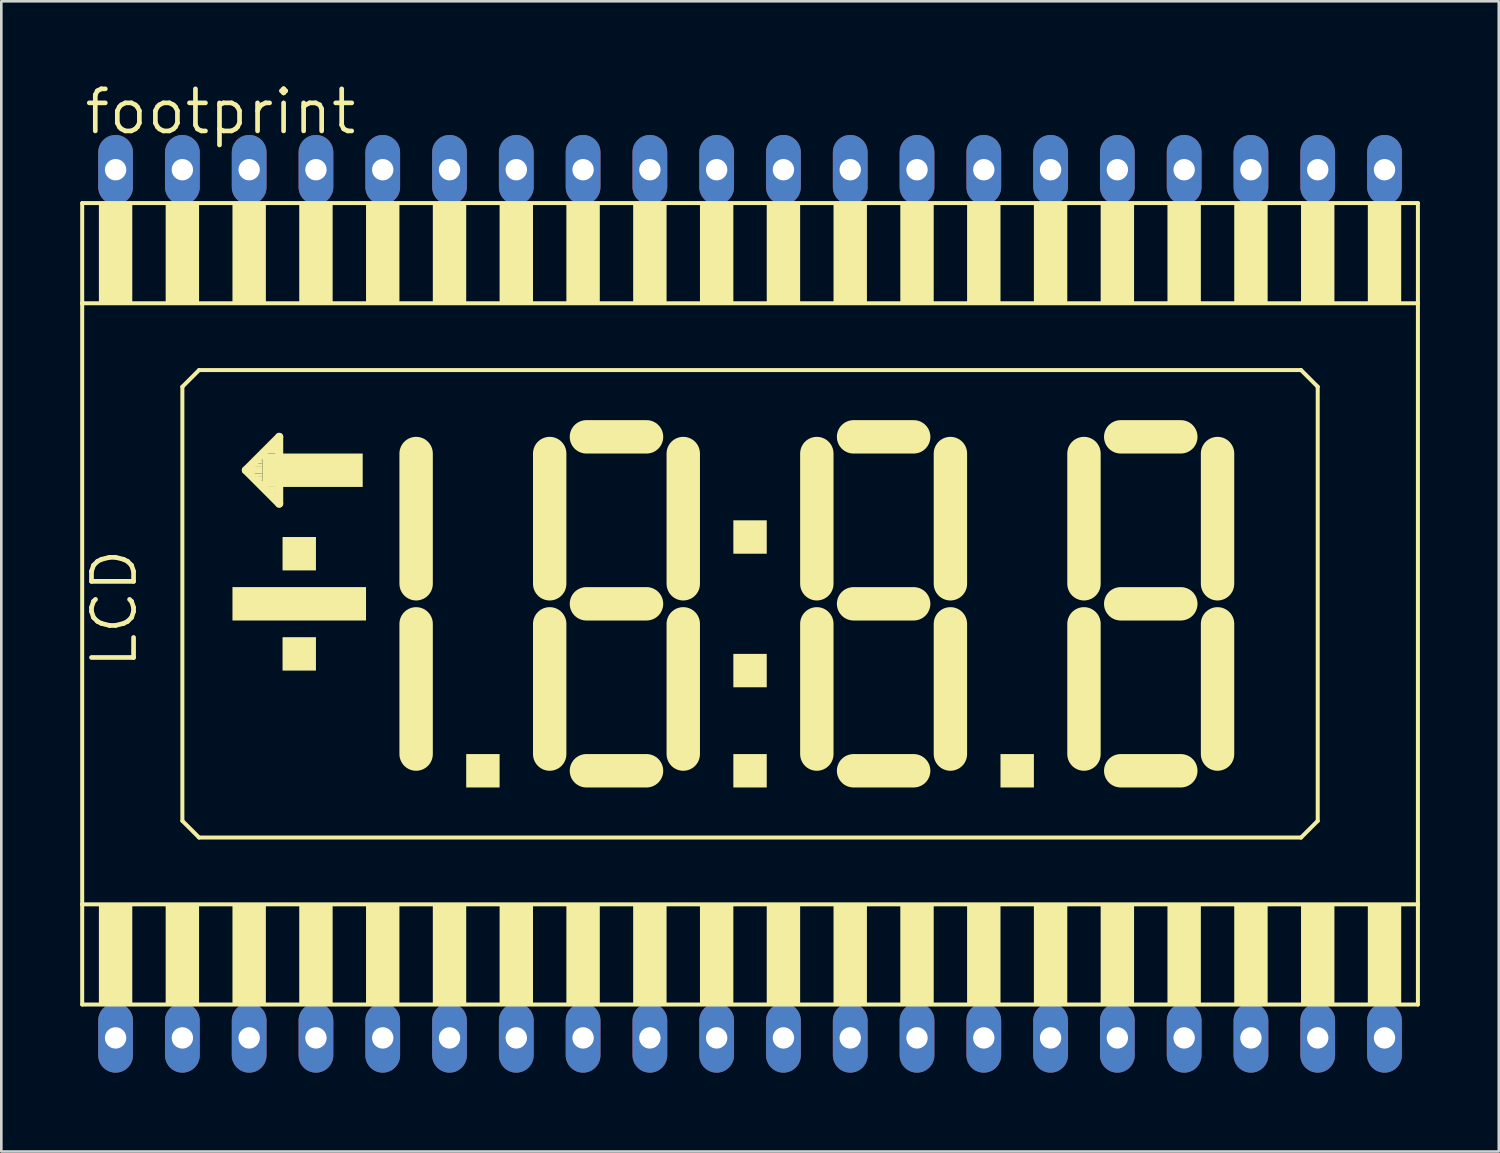
<source format=kicad_pcb>
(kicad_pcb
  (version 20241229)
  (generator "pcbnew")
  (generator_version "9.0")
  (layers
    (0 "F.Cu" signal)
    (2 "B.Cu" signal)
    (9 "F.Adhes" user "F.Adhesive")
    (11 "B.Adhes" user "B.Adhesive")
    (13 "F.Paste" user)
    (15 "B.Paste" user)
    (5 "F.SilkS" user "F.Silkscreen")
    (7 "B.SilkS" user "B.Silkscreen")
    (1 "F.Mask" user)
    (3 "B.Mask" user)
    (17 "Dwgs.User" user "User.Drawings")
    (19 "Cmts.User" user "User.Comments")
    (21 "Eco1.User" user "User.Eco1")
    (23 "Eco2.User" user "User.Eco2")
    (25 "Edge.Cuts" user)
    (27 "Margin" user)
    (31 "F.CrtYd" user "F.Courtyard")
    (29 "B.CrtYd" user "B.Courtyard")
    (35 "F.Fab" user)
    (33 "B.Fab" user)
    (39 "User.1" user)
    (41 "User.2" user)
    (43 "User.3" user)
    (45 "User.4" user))
  (footprint "footprint"
    (layer "F.Cu")
    (at 25.476 19.914)
    (property "Reference" "footprint" (at -25.4 -17.78 0) (layer "F.SilkS") (effects (font (size 1.6 1.6) (thickness 0.178)) (justify left bottom)))
    (fp_line (start -25.4 -15.24) (end -25.4 -11.43) (stroke (width 0.152) (type solid)) (layer "F.SilkS"))
    (fp_line (start -25.4 -11.43) (end -25.4 11.43) (stroke (width 0.152) (type solid)) (layer "F.SilkS"))
    (fp_line (start -25.4 -11.43) (end 25.4 -11.43) (stroke (width 0.152) (type solid)) (layer "F.SilkS"))
    (fp_line (start -25.4 11.43) (end -25.4 15.24) (stroke (width 0.152) (type solid)) (layer "F.SilkS"))
    (fp_line (start -25.4 15.24) (end 25.4 15.24) (stroke (width 0.152) (type solid)) (layer "F.SilkS"))
    (fp_line (start -21.59 -8.255) (end -21.59 8.255) (stroke (width 0.152) (type solid)) (layer "F.SilkS"))
    (fp_line (start -21.59 8.255) (end -20.955 8.89) (stroke (width 0.152) (type solid)) (layer "F.SilkS"))
    (fp_line (start -20.955 -8.89) (end -21.59 -8.255) (stroke (width 0.152) (type solid)) (layer "F.SilkS"))
    (fp_line (start -20.955 8.89) (end 20.955 8.89) (stroke (width 0.152) (type solid)) (layer "F.SilkS"))
    (fp_line (start -19.177 -5.08) (end -17.907 -6.35) (stroke (width 0.305) (type solid)) (layer "F.SilkS"))
    (fp_line (start -17.907 -6.35) (end -17.907 -3.81) (stroke (width 0.305) (type solid)) (layer "F.SilkS"))
    (fp_line (start -17.907 -3.81) (end -19.177 -5.08) (stroke (width 0.305) (type solid)) (layer "F.SilkS"))
    (fp_line (start -12.7 -0.762) (end -12.7 -5.715) (stroke (width 1.27) (type solid)) (layer "F.SilkS"))
    (fp_line (start -12.7 5.715) (end -12.7 0.762) (stroke (width 1.27) (type solid)) (layer "F.SilkS"))
    (fp_line (start -7.62 -5.715) (end -7.62 -0.762) (stroke (width 1.27) (type solid)) (layer "F.SilkS"))
    (fp_line (start -7.62 0.762) (end -7.62 5.715) (stroke (width 1.27) (type solid)) (layer "F.SilkS"))
    (fp_line (start -6.223 -6.35) (end -3.937 -6.35) (stroke (width 1.27) (type solid)) (layer "F.SilkS"))
    (fp_line (start -6.223 0) (end -3.937 0) (stroke (width 1.27) (type solid)) (layer "F.SilkS"))
    (fp_line (start -6.223 6.35) (end -3.937 6.35) (stroke (width 1.27) (type solid)) (layer "F.SilkS"))
    (fp_line (start -2.54 -0.762) (end -2.54 -5.715) (stroke (width 1.27) (type solid)) (layer "F.SilkS"))
    (fp_line (start -2.54 5.715) (end -2.54 0.762) (stroke (width 1.27) (type solid)) (layer "F.SilkS"))
    (fp_line (start 2.54 -5.715) (end 2.54 -0.762) (stroke (width 1.27) (type solid)) (layer "F.SilkS"))
    (fp_line (start 2.54 0.762) (end 2.54 5.715) (stroke (width 1.27) (type solid)) (layer "F.SilkS"))
    (fp_line (start 3.937 -6.35) (end 6.223 -6.35) (stroke (width 1.27) (type solid)) (layer "F.SilkS"))
    (fp_line (start 3.937 0) (end 6.223 0) (stroke (width 1.27) (type solid)) (layer "F.SilkS"))
    (fp_line (start 3.937 6.35) (end 6.223 6.35) (stroke (width 1.27) (type solid)) (layer "F.SilkS"))
    (fp_line (start 7.62 -0.762) (end 7.62 -5.715) (stroke (width 1.27) (type solid)) (layer "F.SilkS"))
    (fp_line (start 7.62 5.715) (end 7.62 0.762) (stroke (width 1.27) (type solid)) (layer "F.SilkS"))
    (fp_line (start 12.7 -5.715) (end 12.7 -0.762) (stroke (width 1.27) (type solid)) (layer "F.SilkS"))
    (fp_line (start 12.7 0.762) (end 12.7 5.715) (stroke (width 1.27) (type solid)) (layer "F.SilkS"))
    (fp_line (start 14.097 -6.35) (end 16.383 -6.35) (stroke (width 1.27) (type solid)) (layer "F.SilkS"))
    (fp_line (start 14.097 0) (end 16.383 0) (stroke (width 1.27) (type solid)) (layer "F.SilkS"))
    (fp_line (start 14.097 6.35) (end 16.383 6.35) (stroke (width 1.27) (type solid)) (layer "F.SilkS"))
    (fp_line (start 17.78 -0.762) (end 17.78 -5.715) (stroke (width 1.27) (type solid)) (layer "F.SilkS"))
    (fp_line (start 17.78 5.715) (end 17.78 0.762) (stroke (width 1.27) (type solid)) (layer "F.SilkS"))
    (fp_line (start 20.955 -8.89) (end -20.955 -8.89) (stroke (width 0.152) (type solid)) (layer "F.SilkS"))
    (fp_line (start 20.955 8.89) (end 21.59 8.255) (stroke (width 0.152) (type solid)) (layer "F.SilkS"))
    (fp_line (start 21.59 -8.255) (end 20.955 -8.89) (stroke (width 0.152) (type solid)) (layer "F.SilkS"))
    (fp_line (start 21.59 8.255) (end 21.59 -8.255) (stroke (width 0.152) (type solid)) (layer "F.SilkS"))
    (fp_line (start 25.4 -15.24) (end -25.4 -15.24) (stroke (width 0.152) (type solid)) (layer "F.SilkS"))
    (fp_line (start 25.4 -11.43) (end 25.4 -15.24) (stroke (width 0.152) (type solid)) (layer "F.SilkS"))
    (fp_line (start 25.4 11.43) (end -25.4 11.43) (stroke (width 0.152) (type solid)) (layer "F.SilkS"))
    (fp_line (start 25.4 11.43) (end 25.4 -11.43) (stroke (width 0.152) (type solid)) (layer "F.SilkS"))
    (fp_line (start 25.4 15.24) (end 25.4 11.43) (stroke (width 0.152) (type solid)) (layer "F.SilkS"))
    (fp_poly (pts (xy -24.765 -11.43) (xy -23.495 -11.43) (xy -23.495 -15.24) (xy -24.765 -15.24)) (stroke (width 0) (type solid)) (fill yes) (layer "F.SilkS"))
    (fp_poly (pts (xy -24.765 15.24) (xy -23.495 15.24) (xy -23.495 11.43) (xy -24.765 11.43)) (stroke (width 0) (type solid)) (fill yes) (layer "F.SilkS"))
    (fp_poly (pts (xy -22.225 -11.43) (xy -20.955 -11.43) (xy -20.955 -15.24) (xy -22.225 -15.24)) (stroke (width 0) (type solid)) (fill yes) (layer "F.SilkS"))
    (fp_poly (pts (xy -22.225 15.24) (xy -20.955 15.24) (xy -20.955 11.43) (xy -22.225 11.43)) (stroke (width 0) (type solid)) (fill yes) (layer "F.SilkS"))
    (fp_poly (pts (xy -19.685 -11.43) (xy -18.415 -11.43) (xy -18.415 -15.24) (xy -19.685 -15.24)) (stroke (width 0) (type solid)) (fill yes) (layer "F.SilkS"))
    (fp_poly (pts (xy -19.685 0.635) (xy -14.605 0.635) (xy -14.605 -0.635) (xy -19.685 -0.635)) (stroke (width 0) (type solid)) (fill yes) (layer "F.SilkS"))
    (fp_poly (pts (xy -19.685 15.24) (xy -18.415 15.24) (xy -18.415 11.43) (xy -19.685 11.43)) (stroke (width 0) (type solid)) (fill yes) (layer "F.SilkS"))
    (fp_poly (pts (xy -19.05 -4.953) (xy -18.542 -4.953) (xy -18.542 -5.207) (xy -19.05 -5.207)) (stroke (width 0) (type solid)) (fill yes) (layer "F.SilkS"))
    (fp_poly (pts (xy -18.923 -5.207) (xy -18.542 -5.207) (xy -18.542 -5.334) (xy -18.923 -5.334)) (stroke (width 0) (type solid)) (fill yes) (layer "F.SilkS"))
    (fp_poly (pts (xy -18.923 -4.826) (xy -18.542 -4.826) (xy -18.542 -4.953) (xy -18.923 -4.953)) (stroke (width 0) (type solid)) (fill yes) (layer "F.SilkS"))
    (fp_poly (pts (xy -18.796 -5.334) (xy -18.542 -5.334) (xy -18.542 -5.461) (xy -18.796 -5.461)) (stroke (width 0) (type solid)) (fill yes) (layer "F.SilkS"))
    (fp_poly (pts (xy -18.796 -4.699) (xy -18.542 -4.699) (xy -18.542 -4.826) (xy -18.796 -4.826)) (stroke (width 0) (type solid)) (fill yes) (layer "F.SilkS"))
    (fp_poly (pts (xy -18.669 -5.461) (xy -18.542 -5.461) (xy -18.542 -5.588) (xy -18.669 -5.588)) (stroke (width 0) (type solid)) (fill yes) (layer "F.SilkS"))
    (fp_poly (pts (xy -18.669 -4.572) (xy -18.542 -4.572) (xy -18.542 -4.699) (xy -18.669 -4.699)) (stroke (width 0) (type solid)) (fill yes) (layer "F.SilkS"))
    (fp_poly (pts (xy -18.542 -4.445) (xy -14.732 -4.445) (xy -14.732 -5.715) (xy -18.542 -5.715)) (stroke (width 0) (type solid)) (fill yes) (layer "F.SilkS"))
    (fp_poly (pts (xy -18.415 -5.715) (xy -17.907 -5.715) (xy -17.907 -5.969) (xy -18.415 -5.969)) (stroke (width 0) (type solid)) (fill yes) (layer "F.SilkS"))
    (fp_poly (pts (xy -18.415 -4.191) (xy -17.907 -4.191) (xy -17.907 -4.445) (xy -18.415 -4.445)) (stroke (width 0) (type solid)) (fill yes) (layer "F.SilkS"))
    (fp_poly (pts (xy -18.161 -5.969) (xy -17.907 -5.969) (xy -17.907 -6.096) (xy -18.161 -6.096)) (stroke (width 0) (type solid)) (fill yes) (layer "F.SilkS"))
    (fp_poly (pts (xy -18.161 -4.064) (xy -17.907 -4.064) (xy -17.907 -4.191) (xy -18.161 -4.191)) (stroke (width 0) (type solid)) (fill yes) (layer "F.SilkS"))
    (fp_poly (pts (xy -17.78 -1.27) (xy -16.51 -1.27) (xy -16.51 -2.54) (xy -17.78 -2.54)) (stroke (width 0) (type solid)) (fill yes) (layer "F.SilkS"))
    (fp_poly (pts (xy -17.78 2.54) (xy -16.51 2.54) (xy -16.51 1.27) (xy -17.78 1.27)) (stroke (width 0) (type solid)) (fill yes) (layer "F.SilkS"))
    (fp_poly (pts (xy -17.145 -11.43) (xy -15.875 -11.43) (xy -15.875 -15.24) (xy -17.145 -15.24)) (stroke (width 0) (type solid)) (fill yes) (layer "F.SilkS"))
    (fp_poly (pts (xy -17.145 15.24) (xy -15.875 15.24) (xy -15.875 11.43) (xy -17.145 11.43)) (stroke (width 0) (type solid)) (fill yes) (layer "F.SilkS"))
    (fp_poly (pts (xy -14.605 -11.43) (xy -13.335 -11.43) (xy -13.335 -15.24) (xy -14.605 -15.24)) (stroke (width 0) (type solid)) (fill yes) (layer "F.SilkS"))
    (fp_poly (pts (xy -14.605 15.24) (xy -13.335 15.24) (xy -13.335 11.43) (xy -14.605 11.43)) (stroke (width 0) (type solid)) (fill yes) (layer "F.SilkS"))
    (fp_poly (pts (xy -12.065 -11.43) (xy -10.795 -11.43) (xy -10.795 -15.24) (xy -12.065 -15.24)) (stroke (width 0) (type solid)) (fill yes) (layer "F.SilkS"))
    (fp_poly (pts (xy -12.065 15.24) (xy -10.795 15.24) (xy -10.795 11.43) (xy -12.065 11.43)) (stroke (width 0) (type solid)) (fill yes) (layer "F.SilkS"))
    (fp_poly (pts (xy -10.795 6.985) (xy -9.525 6.985) (xy -9.525 5.715) (xy -10.795 5.715)) (stroke (width 0) (type solid)) (fill yes) (layer "F.SilkS"))
    (fp_poly (pts (xy -9.525 -11.43) (xy -8.255 -11.43) (xy -8.255 -15.24) (xy -9.525 -15.24)) (stroke (width 0) (type solid)) (fill yes) (layer "F.SilkS"))
    (fp_poly (pts (xy -9.525 15.24) (xy -8.255 15.24) (xy -8.255 11.43) (xy -9.525 11.43)) (stroke (width 0) (type solid)) (fill yes) (layer "F.SilkS"))
    (fp_poly (pts (xy -6.985 -11.43) (xy -5.715 -11.43) (xy -5.715 -15.24) (xy -6.985 -15.24)) (stroke (width 0) (type solid)) (fill yes) (layer "F.SilkS"))
    (fp_poly (pts (xy -6.985 15.24) (xy -5.715 15.24) (xy -5.715 11.43) (xy -6.985 11.43)) (stroke (width 0) (type solid)) (fill yes) (layer "F.SilkS"))
    (fp_poly (pts (xy -4.445 -11.43) (xy -3.175 -11.43) (xy -3.175 -15.24) (xy -4.445 -15.24)) (stroke (width 0) (type solid)) (fill yes) (layer "F.SilkS"))
    (fp_poly (pts (xy -4.445 15.24) (xy -3.175 15.24) (xy -3.175 11.43) (xy -4.445 11.43)) (stroke (width 0) (type solid)) (fill yes) (layer "F.SilkS"))
    (fp_poly (pts (xy -1.905 -11.43) (xy -0.635 -11.43) (xy -0.635 -15.24) (xy -1.905 -15.24)) (stroke (width 0) (type solid)) (fill yes) (layer "F.SilkS"))
    (fp_poly (pts (xy -1.905 15.24) (xy -0.635 15.24) (xy -0.635 11.43) (xy -1.905 11.43)) (stroke (width 0) (type solid)) (fill yes) (layer "F.SilkS"))
    (fp_poly (pts (xy -0.635 -1.905) (xy 0.635 -1.905) (xy 0.635 -3.175) (xy -0.635 -3.175)) (stroke (width 0) (type solid)) (fill yes) (layer "F.SilkS"))
    (fp_poly (pts (xy -0.635 3.175) (xy 0.635 3.175) (xy 0.635 1.905) (xy -0.635 1.905)) (stroke (width 0) (type solid)) (fill yes) (layer "F.SilkS"))
    (fp_poly (pts (xy -0.635 6.985) (xy 0.635 6.985) (xy 0.635 5.715) (xy -0.635 5.715)) (stroke (width 0) (type solid)) (fill yes) (layer "F.SilkS"))
    (fp_poly (pts (xy 0.635 -11.43) (xy 1.905 -11.43) (xy 1.905 -15.24) (xy 0.635 -15.24)) (stroke (width 0) (type solid)) (fill yes) (layer "F.SilkS"))
    (fp_poly (pts (xy 0.635 15.24) (xy 1.905 15.24) (xy 1.905 11.43) (xy 0.635 11.43)) (stroke (width 0) (type solid)) (fill yes) (layer "F.SilkS"))
    (fp_poly (pts (xy 3.175 -11.43) (xy 4.445 -11.43) (xy 4.445 -15.24) (xy 3.175 -15.24)) (stroke (width 0) (type solid)) (fill yes) (layer "F.SilkS"))
    (fp_poly (pts (xy 3.175 15.24) (xy 4.445 15.24) (xy 4.445 11.43) (xy 3.175 11.43)) (stroke (width 0) (type solid)) (fill yes) (layer "F.SilkS"))
    (fp_poly (pts (xy 5.715 -11.43) (xy 6.985 -11.43) (xy 6.985 -15.24) (xy 5.715 -15.24)) (stroke (width 0) (type solid)) (fill yes) (layer "F.SilkS"))
    (fp_poly (pts (xy 5.715 15.24) (xy 6.985 15.24) (xy 6.985 11.43) (xy 5.715 11.43)) (stroke (width 0) (type solid)) (fill yes) (layer "F.SilkS"))
    (fp_poly (pts (xy 8.255 -11.43) (xy 9.525 -11.43) (xy 9.525 -15.24) (xy 8.255 -15.24)) (stroke (width 0) (type solid)) (fill yes) (layer "F.SilkS"))
    (fp_poly (pts (xy 8.255 15.24) (xy 9.525 15.24) (xy 9.525 11.43) (xy 8.255 11.43)) (stroke (width 0) (type solid)) (fill yes) (layer "F.SilkS"))
    (fp_poly (pts (xy 9.525 6.985) (xy 10.795 6.985) (xy 10.795 5.715) (xy 9.525 5.715)) (stroke (width 0) (type solid)) (fill yes) (layer "F.SilkS"))
    (fp_poly (pts (xy 10.795 -11.43) (xy 12.065 -11.43) (xy 12.065 -15.24) (xy 10.795 -15.24)) (stroke (width 0) (type solid)) (fill yes) (layer "F.SilkS"))
    (fp_poly (pts (xy 10.795 15.24) (xy 12.065 15.24) (xy 12.065 11.43) (xy 10.795 11.43)) (stroke (width 0) (type solid)) (fill yes) (layer "F.SilkS"))
    (fp_poly (pts (xy 13.335 -11.43) (xy 14.605 -11.43) (xy 14.605 -15.24) (xy 13.335 -15.24)) (stroke (width 0) (type solid)) (fill yes) (layer "F.SilkS"))
    (fp_poly (pts (xy 13.335 15.24) (xy 14.605 15.24) (xy 14.605 11.43) (xy 13.335 11.43)) (stroke (width 0) (type solid)) (fill yes) (layer "F.SilkS"))
    (fp_poly (pts (xy 15.875 -11.43) (xy 17.145 -11.43) (xy 17.145 -15.24) (xy 15.875 -15.24)) (stroke (width 0) (type solid)) (fill yes) (layer "F.SilkS"))
    (fp_poly (pts (xy 15.875 15.24) (xy 17.145 15.24) (xy 17.145 11.43) (xy 15.875 11.43)) (stroke (width 0) (type solid)) (fill yes) (layer "F.SilkS"))
    (fp_poly (pts (xy 18.415 -11.43) (xy 19.685 -11.43) (xy 19.685 -15.24) (xy 18.415 -15.24)) (stroke (width 0) (type solid)) (fill yes) (layer "F.SilkS"))
    (fp_poly (pts (xy 18.415 15.24) (xy 19.685 15.24) (xy 19.685 11.43) (xy 18.415 11.43)) (stroke (width 0) (type solid)) (fill yes) (layer "F.SilkS"))
    (fp_poly (pts (xy 20.955 -11.43) (xy 22.225 -11.43) (xy 22.225 -15.24) (xy 20.955 -15.24)) (stroke (width 0) (type solid)) (fill yes) (layer "F.SilkS"))
    (fp_poly (pts (xy 20.955 15.24) (xy 22.225 15.24) (xy 22.225 11.43) (xy 20.955 11.43)) (stroke (width 0) (type solid)) (fill yes) (layer "F.SilkS"))
    (fp_poly (pts (xy 23.495 -11.43) (xy 24.765 -11.43) (xy 24.765 -15.24) (xy 23.495 -15.24)) (stroke (width 0) (type solid)) (fill yes) (layer "F.SilkS"))
    (fp_poly (pts (xy 23.495 15.24) (xy 24.765 15.24) (xy 24.765 11.43) (xy 23.495 11.43)) (stroke (width 0) (type solid)) (fill yes) (layer "F.SilkS"))
    (fp_text user "LCD" (at -23.241 2.54 90) (layer "F.SilkS") (effects (font (size 1.6 1.6) (thickness 0.178)) (justify left bottom)))
    (pad "1" thru_hole oval (at -24.13 16.51 90) (size 2.642 1.321) (drill 0.813) (layers "*.Cu" "*.Mask"))
    (pad "2" thru_hole oval (at -21.59 16.51 90) (size 2.642 1.321) (drill 0.813) (layers "*.Cu" "*.Mask"))
    (pad "3" thru_hole oval (at -19.05 16.51 90) (size 2.642 1.321) (drill 0.813) (layers "*.Cu" "*.Mask"))
    (pad "4" thru_hole oval (at -16.51 16.51 90) (size 2.642 1.321) (drill 0.813) (layers "*.Cu" "*.Mask"))
    (pad "5" thru_hole oval (at -13.97 16.51 90) (size 2.642 1.321) (drill 0.813) (layers "*.Cu" "*.Mask"))
    (pad "6" thru_hole oval (at -11.43 16.51 90) (size 2.642 1.321) (drill 0.813) (layers "*.Cu" "*.Mask"))
    (pad "7" thru_hole oval (at -8.89 16.51 90) (size 2.642 1.321) (drill 0.813) (layers "*.Cu" "*.Mask"))
    (pad "8" thru_hole oval (at -6.35 16.51 90) (size 2.642 1.321) (drill 0.813) (layers "*.Cu" "*.Mask"))
    (pad "9" thru_hole oval (at -3.81 16.51 90) (size 2.642 1.321) (drill 0.813) (layers "*.Cu" "*.Mask"))
    (pad "10" thru_hole oval (at -1.27 16.51 90) (size 2.642 1.321) (drill 0.813) (layers "*.Cu" "*.Mask"))
    (pad "11" thru_hole oval (at 1.27 16.51 90) (size 2.642 1.321) (drill 0.813) (layers "*.Cu" "*.Mask"))
    (pad "12" thru_hole oval (at 3.81 16.51 90) (size 2.642 1.321) (drill 0.813) (layers "*.Cu" "*.Mask"))
    (pad "13" thru_hole oval (at 6.35 16.51 90) (size 2.642 1.321) (drill 0.813) (layers "*.Cu" "*.Mask"))
    (pad "14" thru_hole oval (at 8.89 16.51 90) (size 2.642 1.321) (drill 0.813) (layers "*.Cu" "*.Mask"))
    (pad "15" thru_hole oval (at 11.43 16.51 90) (size 2.642 1.321) (drill 0.813) (layers "*.Cu" "*.Mask"))
    (pad "16" thru_hole oval (at 13.97 16.51 90) (size 2.642 1.321) (drill 0.813) (layers "*.Cu" "*.Mask"))
    (pad "17" thru_hole oval (at 16.51 16.51 90) (size 2.642 1.321) (drill 0.813) (layers "*.Cu" "*.Mask"))
    (pad "18" thru_hole oval (at 19.05 16.51 90) (size 2.642 1.321) (drill 0.813) (layers "*.Cu" "*.Mask"))
    (pad "19" thru_hole oval (at 21.59 16.51 90) (size 2.642 1.321) (drill 0.813) (layers "*.Cu" "*.Mask"))
    (pad "20" thru_hole oval (at 24.13 16.51 90) (size 2.642 1.321) (drill 0.813) (layers "*.Cu" "*.Mask"))
    (pad "21" thru_hole oval (at 24.13 -16.51 90) (size 2.642 1.321) (drill 0.813) (layers "*.Cu" "*.Mask"))
    (pad "22" thru_hole oval (at 21.59 -16.51 90) (size 2.642 1.321) (drill 0.813) (layers "*.Cu" "*.Mask"))
    (pad "23" thru_hole oval (at 19.05 -16.51 90) (size 2.642 1.321) (drill 0.813) (layers "*.Cu" "*.Mask"))
    (pad "24" thru_hole oval (at 16.51 -16.51 90) (size 2.642 1.321) (drill 0.813) (layers "*.Cu" "*.Mask"))
    (pad "25" thru_hole oval (at 13.97 -16.51 90) (size 2.642 1.321) (drill 0.813) (layers "*.Cu" "*.Mask"))
    (pad "26" thru_hole oval (at 11.43 -16.51 90) (size 2.642 1.321) (drill 0.813) (layers "*.Cu" "*.Mask"))
    (pad "27" thru_hole oval (at 8.89 -16.51 90) (size 2.642 1.321) (drill 0.813) (layers "*.Cu" "*.Mask"))
    (pad "28" thru_hole oval (at 6.35 -16.51 90) (size 2.642 1.321) (drill 0.813) (layers "*.Cu" "*.Mask"))
    (pad "29" thru_hole oval (at 3.81 -16.51 90) (size 2.642 1.321) (drill 0.813) (layers "*.Cu" "*.Mask"))
    (pad "30" thru_hole oval (at 1.27 -16.51 90) (size 2.642 1.321) (drill 0.813) (layers "*.Cu" "*.Mask"))
    (pad "31" thru_hole oval (at -1.27 -16.51 90) (size 2.642 1.321) (drill 0.813) (layers "*.Cu" "*.Mask"))
    (pad "32" thru_hole oval (at -3.81 -16.51 90) (size 2.642 1.321) (drill 0.813) (layers "*.Cu" "*.Mask"))
    (pad "33" thru_hole oval (at -6.35 -16.51 90) (size 2.642 1.321) (drill 0.813) (layers "*.Cu" "*.Mask"))
    (pad "34" thru_hole oval (at -8.89 -16.51 90) (size 2.642 1.321) (drill 0.813) (layers "*.Cu" "*.Mask"))
    (pad "35" thru_hole oval (at -11.43 -16.51 90) (size 2.642 1.321) (drill 0.813) (layers "*.Cu" "*.Mask"))
    (pad "36" thru_hole oval (at -13.97 -16.51 90) (size 2.642 1.321) (drill 0.813) (layers "*.Cu" "*.Mask"))
    (pad "37" thru_hole oval (at -16.51 -16.51 90) (size 2.642 1.321) (drill 0.813) (layers "*.Cu" "*.Mask"))
    (pad "38" thru_hole oval (at -19.05 -16.51 90) (size 2.642 1.321) (drill 0.813) (layers "*.Cu" "*.Mask"))
    (pad "39" thru_hole oval (at -21.59 -16.51 90) (size 2.642 1.321) (drill 0.813) (layers "*.Cu" "*.Mask"))
    (pad "40" thru_hole oval (at -24.13 -16.51 90) (size 2.642 1.321) (drill 0.813) (layers "*.Cu" "*.Mask")))
  (gr_rect
    (start -3 -3)
    (end 53.952 40.744)
    (stroke (width 0.1) (type default))
    (fill no)
    (layer "Edge.Cuts")))
</source>
